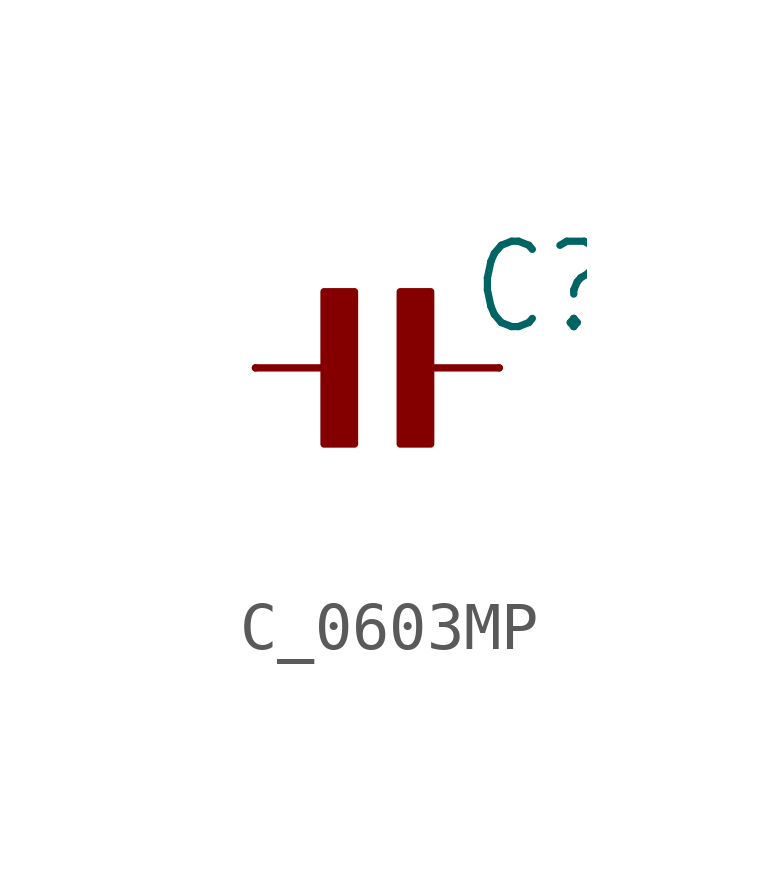
<source format=kicad_sym>
(kicad_symbol_lib
  (version 20231120)
  (generator "kicad_symbol_editor")
  (generator_version "8.0")
  (symbol "C_0603MP"
    (property "Reference" "C"
      (at 1.905 0.635 0)
      (effects (font (size 1.778 1.511)) (justify left bottom)))
    (property "Value" ""
      (at -3.175 -3.81 0)
      (effects (font (size 1.778 1.511)) (justify left bottom)))
    (property "ki_locked" ""
      (at 0 0 0)
      (effects (font (size 1.27 1.27))))
    (symbol "C_0603MP_1_0"
      (rectangle (start -1.111 -1.587) (end -0.476 1.587) (stroke (width 0) (type default)) (fill (type outline)))
      (polyline (pts (xy -2.54 0) (xy -0.635 0)) (stroke (width 0.152) (type solid)) (fill (type none)))
      (polyline (pts (xy 2.54 0) (xy 0.635 0)) (stroke (width 0.152) (type solid)) (fill (type none)))
      (rectangle (start 0.476 -1.587) (end 1.111 1.587) (stroke (width 0) (type default)) (fill (type outline)))
      (pin passive line (at -2.54 0 0) (length 0) (name "1" (effects (font (size 0 0)))) (number "1" (effects (font (size 0 0)))))
      (pin passive line (at 2.54 0 180) (length 0) (name "2" (effects (font (size 0 0)))) (number "2" (effects (font (size 0 0))))))))
</source>
